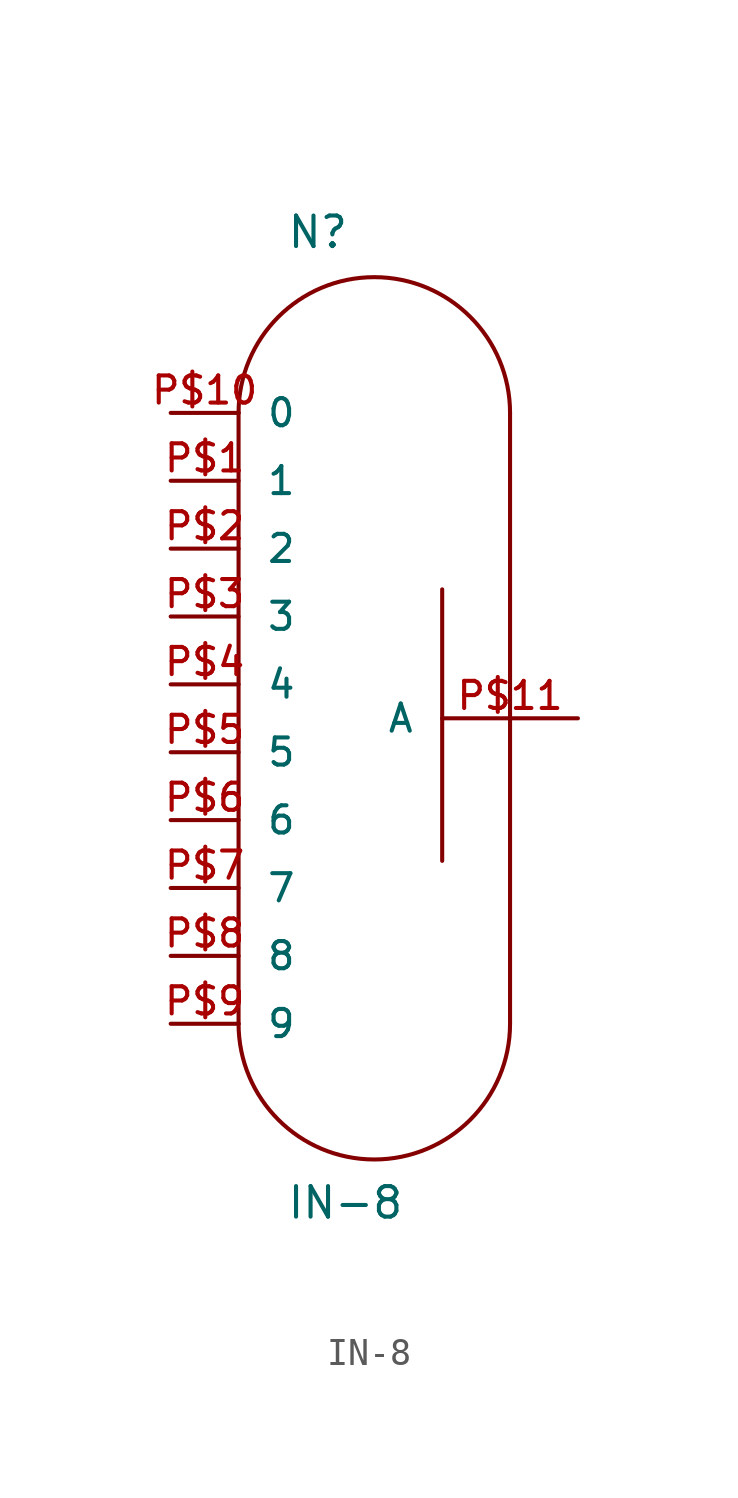
<source format=kicad_sym>
(kicad_symbol_lib
  (version 20220914)
  (generator kicad_symbol_editor)
  (symbol "IN-8"
    (pin_names
      (offset 1.016))
    (property "Reference" "N"
      (at -38.862 41.656 0)
      (effects (font (size 1.143 1.143)) (justify left bottom)))
    (property "Value" "IN-8"
      (at -38.862 5.334 0)
      (effects (font (size 1.143 1.143)) (justify left bottom)))
    (property "ki_locked" ""
      (at 0 0 0)
      (effects (font (size 1.27 1.27))))
    (symbol "IN-8_1_0"
      (polyline (pts (xy -40.64 35.56) (xy -40.64 12.7)) (stroke (width 0) (type solid)) (fill (type none)))
      (polyline (pts (xy -33.02 28.956) (xy -33.02 18.796)) (stroke (width 0) (type solid)) (fill (type none)))
      (polyline (pts (xy -30.48 35.56) (xy -30.48 12.7)) (stroke (width 0) (type solid)) (fill (type none))))
    (symbol "IN-8_1_1"
      (arc (start -40.64 12.7) (mid -35.56 7.6421) (end -30.48 12.7) (stroke (width 0) (type solid)) (fill (type none)))
      (arc (start -30.48 35.56) (mid -35.56 40.6179) (end -40.64 35.56) (stroke (width 0) (type solid)) (fill (type none)))
      (pin passive line (at -43.18 33.02 0) (length 2.54) (name "1" (effects (font (size 1.016 1.016)))) (number "P$1" (effects (font (size 1.016 1.016)))))
      (pin passive line (at -43.18 35.56 0) (length 2.54) (name "0" (effects (font (size 1.016 1.016)))) (number "P$10" (effects (font (size 1.016 1.016)))))
      (pin passive line (at -27.94 24.13 180) (length 5.08) (name "A" (effects (font (size 1.016 1.016)))) (number "P$11" (effects (font (size 1.016 1.016)))))
      (pin passive line (at -43.18 30.48 0) (length 2.54) (name "2" (effects (font (size 1.016 1.016)))) (number "P$2" (effects (font (size 1.016 1.016)))))
      (pin passive line (at -43.18 27.94 0) (length 2.54) (name "3" (effects (font (size 1.016 1.016)))) (number "P$3" (effects (font (size 1.016 1.016)))))
      (pin passive line (at -43.18 25.4 0) (length 2.54) (name "4" (effects (font (size 1.016 1.016)))) (number "P$4" (effects (font (size 1.016 1.016)))))
      (pin passive line (at -43.18 22.86 0) (length 2.54) (name "5" (effects (font (size 1.016 1.016)))) (number "P$5" (effects (font (size 1.016 1.016)))))
      (pin passive line (at -43.18 20.32 0) (length 2.54) (name "6" (effects (font (size 1.016 1.016)))) (number "P$6" (effects (font (size 1.016 1.016)))))
      (pin passive line (at -43.18 17.78 0) (length 2.54) (name "7" (effects (font (size 1.016 1.016)))) (number "P$7" (effects (font (size 1.016 1.016)))))
      (pin passive line (at -43.18 15.24 0) (length 2.54) (name "8" (effects (font (size 1.016 1.016)))) (number "P$8" (effects (font (size 1.016 1.016)))))
      (pin passive line (at -43.18 12.7 0) (length 2.54) (name "9" (effects (font (size 1.016 1.016)))) (number "P$9" (effects (font (size 1.016 1.016))))))))
</source>
